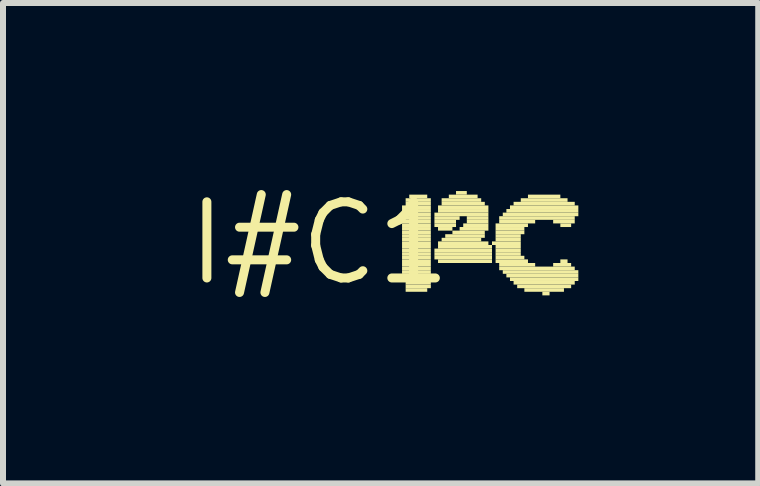
<source format=kicad_pcb>
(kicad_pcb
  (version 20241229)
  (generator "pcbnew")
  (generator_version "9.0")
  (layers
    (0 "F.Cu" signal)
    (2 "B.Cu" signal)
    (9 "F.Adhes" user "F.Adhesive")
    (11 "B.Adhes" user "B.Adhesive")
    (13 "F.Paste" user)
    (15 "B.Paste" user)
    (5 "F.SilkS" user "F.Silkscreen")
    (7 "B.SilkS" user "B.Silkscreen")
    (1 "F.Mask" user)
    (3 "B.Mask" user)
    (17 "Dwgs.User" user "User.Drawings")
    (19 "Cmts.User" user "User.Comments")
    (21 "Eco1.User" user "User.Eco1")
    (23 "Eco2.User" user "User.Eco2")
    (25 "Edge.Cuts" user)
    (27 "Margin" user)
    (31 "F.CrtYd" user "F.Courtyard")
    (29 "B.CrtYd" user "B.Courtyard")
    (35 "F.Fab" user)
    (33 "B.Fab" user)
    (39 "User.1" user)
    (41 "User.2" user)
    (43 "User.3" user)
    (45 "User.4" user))
  (footprint "I#C1"
    (layer "F.Cu")
    (at 2.275 1.006)
    (property "Reference" "I#C1" (at 0 0 0) (layer "F.SilkS") (effects (font (size 1.27 1.27) (thickness 0.15))))
    (fp_poly (pts (xy 1.38 -0.57) (xy 1.86 -0.57) (xy 1.86 -0.63) (xy 1.38 -0.63)) (stroke (width 0) (type default)) (fill yes) (layer "F.SilkS"))
    (fp_poly (pts (xy 1.38 -0.51) (xy 1.86 -0.51) (xy 1.86 -0.57) (xy 1.38 -0.57)) (stroke (width 0) (type default)) (fill yes) (layer "F.SilkS"))
    (fp_poly (pts (xy 1.38 -0.45) (xy 1.86 -0.45) (xy 1.86 -0.51) (xy 1.38 -0.51)) (stroke (width 0) (type default)) (fill yes) (layer "F.SilkS"))
    (fp_poly (pts (xy 1.38 -0.39) (xy 1.86 -0.39) (xy 1.86 -0.45) (xy 1.38 -0.45)) (stroke (width 0) (type default)) (fill yes) (layer "F.SilkS"))
    (fp_poly (pts (xy 1.38 -0.33) (xy 1.86 -0.33) (xy 1.86 -0.39) (xy 1.38 -0.39)) (stroke (width 0) (type default)) (fill yes) (layer "F.SilkS"))
    (fp_poly (pts (xy 1.38 -0.27) (xy 1.86 -0.27) (xy 1.86 -0.33) (xy 1.38 -0.33)) (stroke (width 0) (type default)) (fill yes) (layer "F.SilkS"))
    (fp_poly (pts (xy 1.38 -0.21) (xy 1.86 -0.21) (xy 1.86 -0.27) (xy 1.38 -0.27)) (stroke (width 0) (type default)) (fill yes) (layer "F.SilkS"))
    (fp_poly (pts (xy 1.38 -0.15) (xy 1.86 -0.15) (xy 1.86 -0.21) (xy 1.38 -0.21)) (stroke (width 0) (type default)) (fill yes) (layer "F.SilkS"))
    (fp_poly (pts (xy 1.38 -0.09) (xy 1.86 -0.09) (xy 1.86 -0.15) (xy 1.38 -0.15)) (stroke (width 0) (type default)) (fill yes) (layer "F.SilkS"))
    (fp_poly (pts (xy 1.38 -0.03) (xy 1.86 -0.03) (xy 1.86 -0.09) (xy 1.38 -0.09)) (stroke (width 0) (type default)) (fill yes) (layer "F.SilkS"))
    (fp_poly (pts (xy 1.38 0.03) (xy 1.86 0.03) (xy 1.86 -0.03) (xy 1.38 -0.03)) (stroke (width 0) (type default)) (fill yes) (layer "F.SilkS"))
    (fp_poly (pts (xy 1.38 0.09) (xy 1.86 0.09) (xy 1.86 0.03) (xy 1.38 0.03)) (stroke (width 0) (type default)) (fill yes) (layer "F.SilkS"))
    (fp_poly (pts (xy 1.38 0.15) (xy 1.86 0.15) (xy 1.86 0.09) (xy 1.38 0.09)) (stroke (width 0) (type default)) (fill yes) (layer "F.SilkS"))
    (fp_poly (pts (xy 1.38 0.21) (xy 1.86 0.21) (xy 1.86 0.15) (xy 1.38 0.15)) (stroke (width 0) (type default)) (fill yes) (layer "F.SilkS"))
    (fp_poly (pts (xy 1.38 0.27) (xy 1.86 0.27) (xy 1.86 0.21) (xy 1.38 0.21)) (stroke (width 0) (type default)) (fill yes) (layer "F.SilkS"))
    (fp_poly (pts (xy 1.38 0.33) (xy 1.86 0.33) (xy 1.86 0.27) (xy 1.38 0.27)) (stroke (width 0) (type default)) (fill yes) (layer "F.SilkS"))
    (fp_poly (pts (xy 1.38 0.39) (xy 1.86 0.39) (xy 1.86 0.33) (xy 1.38 0.33)) (stroke (width 0) (type default)) (fill yes) (layer "F.SilkS"))
    (fp_poly (pts (xy 1.38 0.45) (xy 1.86 0.45) (xy 1.86 0.39) (xy 1.38 0.39)) (stroke (width 0) (type default)) (fill yes) (layer "F.SilkS"))
    (fp_poly (pts (xy 1.38 0.51) (xy 1.86 0.51) (xy 1.86 0.45) (xy 1.38 0.45)) (stroke (width 0) (type default)) (fill yes) (layer "F.SilkS"))
    (fp_poly (pts (xy 1.38 0.57) (xy 1.86 0.57) (xy 1.86 0.51) (xy 1.38 0.51)) (stroke (width 0) (type default)) (fill yes) (layer "F.SilkS"))
    (fp_poly (pts (xy 1.38 0.63) (xy 1.86 0.63) (xy 1.86 0.57) (xy 1.38 0.57)) (stroke (width 0) (type default)) (fill yes) (layer "F.SilkS"))
    (fp_poly (pts (xy 1.44 -0.69) (xy 1.86 -0.69) (xy 1.86 -0.75) (xy 1.44 -0.75)) (stroke (width 0) (type default)) (fill yes) (layer "F.SilkS"))
    (fp_poly (pts (xy 1.44 -0.63) (xy 1.86 -0.63) (xy 1.86 -0.69) (xy 1.44 -0.69)) (stroke (width 0) (type default)) (fill yes) (layer "F.SilkS"))
    (fp_poly (pts (xy 1.44 0.69) (xy 1.86 0.69) (xy 1.86 0.63) (xy 1.44 0.63)) (stroke (width 0) (type default)) (fill yes) (layer "F.SilkS"))
    (fp_poly (pts (xy 1.44 0.75) (xy 1.86 0.75) (xy 1.86 0.69) (xy 1.44 0.69)) (stroke (width 0) (type default)) (fill yes) (layer "F.SilkS"))
    (fp_poly (pts (xy 1.44 0.81) (xy 1.8 0.81) (xy 1.8 0.75) (xy 1.44 0.75)) (stroke (width 0) (type default)) (fill yes) (layer "F.SilkS"))
    (fp_poly (pts (xy 1.5 -0.75) (xy 1.8 -0.75) (xy 1.8 -0.81) (xy 1.5 -0.81)) (stroke (width 0) (type default)) (fill yes) (layer "F.SilkS"))
    (fp_poly (pts (xy 1.92 -0.45) (xy 2.82 -0.45) (xy 2.82 -0.51) (xy 1.92 -0.51)) (stroke (width 0) (type default)) (fill yes) (layer "F.SilkS"))
    (fp_poly (pts (xy 1.92 -0.39) (xy 2.34 -0.39) (xy 2.34 -0.45) (xy 1.92 -0.45)) (stroke (width 0) (type default)) (fill yes) (layer "F.SilkS"))
    (fp_poly (pts (xy 1.92 -0.33) (xy 2.28 -0.33) (xy 2.28 -0.39) (xy 1.92 -0.39)) (stroke (width 0) (type default)) (fill yes) (layer "F.SilkS"))
    (fp_poly (pts (xy 1.92 -0.27) (xy 2.28 -0.27) (xy 2.28 -0.33) (xy 1.92 -0.33)) (stroke (width 0) (type default)) (fill yes) (layer "F.SilkS"))
    (fp_poly (pts (xy 1.92 0.15) (xy 2.88 0.15) (xy 2.88 0.09) (xy 1.92 0.09)) (stroke (width 0) (type default)) (fill yes) (layer "F.SilkS"))
    (fp_poly (pts (xy 1.92 0.21) (xy 2.88 0.21) (xy 2.88 0.15) (xy 1.92 0.15)) (stroke (width 0) (type default)) (fill yes) (layer "F.SilkS"))
    (fp_poly (pts (xy 1.92 0.27) (xy 2.88 0.27) (xy 2.88 0.21) (xy 1.92 0.21)) (stroke (width 0) (type default)) (fill yes) (layer "F.SilkS"))
    (fp_poly (pts (xy 1.98 -0.57) (xy 2.82 -0.57) (xy 2.82 -0.63) (xy 1.98 -0.63)) (stroke (width 0) (type default)) (fill yes) (layer "F.SilkS"))
    (fp_poly (pts (xy 1.98 -0.51) (xy 2.82 -0.51) (xy 2.82 -0.57) (xy 1.98 -0.57)) (stroke (width 0) (type default)) (fill yes) (layer "F.SilkS"))
    (fp_poly (pts (xy 1.98 -0.21) (xy 2.22 -0.21) (xy 2.22 -0.27) (xy 1.98 -0.27)) (stroke (width 0) (type default)) (fill yes) (layer "F.SilkS"))
    (fp_poly (pts (xy 1.98 0.03) (xy 2.82 0.03) (xy 2.82 -0.03) (xy 1.98 -0.03)) (stroke (width 0) (type default)) (fill yes) (layer "F.SilkS"))
    (fp_poly (pts (xy 1.98 0.09) (xy 2.88 0.09) (xy 2.88 0.03) (xy 1.98 0.03)) (stroke (width 0) (type default)) (fill yes) (layer "F.SilkS"))
    (fp_poly (pts (xy 1.98 0.33) (xy 2.88 0.33) (xy 2.88 0.27) (xy 1.98 0.27)) (stroke (width 0) (type default)) (fill yes) (layer "F.SilkS"))
    (fp_poly (pts (xy 2.04 -0.69) (xy 2.7 -0.69) (xy 2.7 -0.75) (xy 2.04 -0.75)) (stroke (width 0) (type default)) (fill yes) (layer "F.SilkS"))
    (fp_poly (pts (xy 2.04 -0.63) (xy 2.76 -0.63) (xy 2.76 -0.69) (xy 2.04 -0.69)) (stroke (width 0) (type default)) (fill yes) (layer "F.SilkS"))
    (fp_poly (pts (xy 2.04 -0.03) (xy 2.7 -0.03) (xy 2.7 -0.09) (xy 2.04 -0.09)) (stroke (width 0) (type default)) (fill yes) (layer "F.SilkS"))
    (fp_poly (pts (xy 2.1 -0.09) (xy 2.76 -0.09) (xy 2.76 -0.15) (xy 2.1 -0.15)) (stroke (width 0) (type default)) (fill yes) (layer "F.SilkS"))
    (fp_poly (pts (xy 2.16 -0.75) (xy 2.64 -0.75) (xy 2.64 -0.81) (xy 2.16 -0.81)) (stroke (width 0) (type default)) (fill yes) (layer "F.SilkS"))
    (fp_poly (pts (xy 2.22 -0.15) (xy 2.76 -0.15) (xy 2.76 -0.21) (xy 2.22 -0.21)) (stroke (width 0) (type default)) (fill yes) (layer "F.SilkS"))
    (fp_poly (pts (xy 2.28 -0.81) (xy 2.46 -0.81) (xy 2.46 -0.87) (xy 2.28 -0.87)) (stroke (width 0) (type default)) (fill yes) (layer "F.SilkS"))
    (fp_poly (pts (xy 2.34 -0.21) (xy 2.82 -0.21) (xy 2.82 -0.27) (xy 2.34 -0.27)) (stroke (width 0) (type default)) (fill yes) (layer "F.SilkS"))
    (fp_poly (pts (xy 2.4 -0.27) (xy 2.82 -0.27) (xy 2.82 -0.33) (xy 2.4 -0.33)) (stroke (width 0) (type default)) (fill yes) (layer "F.SilkS"))
    (fp_poly (pts (xy 2.46 -0.39) (xy 2.82 -0.39) (xy 2.82 -0.45) (xy 2.46 -0.45)) (stroke (width 0) (type default)) (fill yes) (layer "F.SilkS"))
    (fp_poly (pts (xy 2.46 -0.33) (xy 2.82 -0.33) (xy 2.82 -0.39) (xy 2.46 -0.39)) (stroke (width 0) (type default)) (fill yes) (layer "F.SilkS"))
    (fp_poly (pts (xy 2.88 0.03) (xy 3.36 0.03) (xy 3.36 -0.03) (xy 2.88 -0.03)) (stroke (width 0) (type default)) (fill yes) (layer "F.SilkS"))
    (fp_poly (pts (xy 2.94 -0.27) (xy 3.48 -0.27) (xy 3.48 -0.33) (xy 2.94 -0.33)) (stroke (width 0) (type default)) (fill yes) (layer "F.SilkS"))
    (fp_poly (pts (xy 2.94 -0.21) (xy 3.42 -0.21) (xy 3.42 -0.27) (xy 2.94 -0.27)) (stroke (width 0) (type default)) (fill yes) (layer "F.SilkS"))
    (fp_poly (pts (xy 2.94 -0.15) (xy 3.42 -0.15) (xy 3.42 -0.21) (xy 2.94 -0.21)) (stroke (width 0) (type default)) (fill yes) (layer "F.SilkS"))
    (fp_poly (pts (xy 2.94 -0.09) (xy 3.36 -0.09) (xy 3.36 -0.15) (xy 2.94 -0.15)) (stroke (width 0) (type default)) (fill yes) (layer "F.SilkS"))
    (fp_poly (pts (xy 2.94 -0.03) (xy 3.36 -0.03) (xy 3.36 -0.09) (xy 2.94 -0.09)) (stroke (width 0) (type default)) (fill yes) (layer "F.SilkS"))
    (fp_poly (pts (xy 2.94 0.09) (xy 3.36 0.09) (xy 3.36 0.03) (xy 2.94 0.03)) (stroke (width 0) (type default)) (fill yes) (layer "F.SilkS"))
    (fp_poly (pts (xy 2.94 0.15) (xy 3.36 0.15) (xy 3.36 0.09) (xy 2.94 0.09)) (stroke (width 0) (type default)) (fill yes) (layer "F.SilkS"))
    (fp_poly (pts (xy 2.94 0.21) (xy 3.36 0.21) (xy 3.36 0.15) (xy 2.94 0.15)) (stroke (width 0) (type default)) (fill yes) (layer "F.SilkS"))
    (fp_poly (pts (xy 2.94 0.27) (xy 3.42 0.27) (xy 3.42 0.21) (xy 2.94 0.21)) (stroke (width 0) (type default)) (fill yes) (layer "F.SilkS"))
    (fp_poly (pts (xy 2.94 0.33) (xy 3.48 0.33) (xy 3.48 0.27) (xy 2.94 0.27)) (stroke (width 0) (type default)) (fill yes) (layer "F.SilkS"))
    (fp_poly (pts (xy 3 -0.39) (xy 4.26 -0.39) (xy 4.26 -0.45) (xy 3 -0.45)) (stroke (width 0) (type default)) (fill yes) (layer "F.SilkS"))
    (fp_poly (pts (xy 3 -0.33) (xy 3.6 -0.33) (xy 3.6 -0.39) (xy 3 -0.39)) (stroke (width 0) (type default)) (fill yes) (layer "F.SilkS"))
    (fp_poly (pts (xy 3 0.39) (xy 3.6 0.39) (xy 3.6 0.33) (xy 3 0.33)) (stroke (width 0) (type default)) (fill yes) (layer "F.SilkS"))
    (fp_poly (pts (xy 3 0.45) (xy 4.26 0.45) (xy 4.26 0.39) (xy 3 0.39)) (stroke (width 0) (type default)) (fill yes) (layer "F.SilkS"))
    (fp_poly (pts (xy 3.06 -0.45) (xy 4.32 -0.45) (xy 4.32 -0.51) (xy 3.06 -0.51)) (stroke (width 0) (type default)) (fill yes) (layer "F.SilkS"))
    (fp_poly (pts (xy 3.06 0.51) (xy 4.32 0.51) (xy 4.32 0.45) (xy 3.06 0.45)) (stroke (width 0) (type default)) (fill yes) (layer "F.SilkS"))
    (fp_poly (pts (xy 3.12 -0.51) (xy 4.32 -0.51) (xy 4.32 -0.57) (xy 3.12 -0.57)) (stroke (width 0) (type default)) (fill yes) (layer "F.SilkS"))
    (fp_poly (pts (xy 3.12 0.57) (xy 4.32 0.57) (xy 4.32 0.51) (xy 3.12 0.51)) (stroke (width 0) (type default)) (fill yes) (layer "F.SilkS"))
    (fp_poly (pts (xy 3.18 -0.57) (xy 4.32 -0.57) (xy 4.32 -0.63) (xy 3.18 -0.63)) (stroke (width 0) (type default)) (fill yes) (layer "F.SilkS"))
    (fp_poly (pts (xy 3.18 0.63) (xy 4.32 0.63) (xy 4.32 0.57) (xy 3.18 0.57)) (stroke (width 0) (type default)) (fill yes) (layer "F.SilkS"))
    (fp_poly (pts (xy 3.24 -0.63) (xy 4.26 -0.63) (xy 4.26 -0.69) (xy 3.24 -0.69)) (stroke (width 0) (type default)) (fill yes) (layer "F.SilkS"))
    (fp_poly (pts (xy 3.24 0.69) (xy 4.26 0.69) (xy 4.26 0.63) (xy 3.24 0.63)) (stroke (width 0) (type default)) (fill yes) (layer "F.SilkS"))
    (fp_poly (pts (xy 3.3 0.75) (xy 4.2 0.75) (xy 4.2 0.69) (xy 3.3 0.69)) (stroke (width 0) (type default)) (fill yes) (layer "F.SilkS"))
    (fp_poly (pts (xy 3.36 -0.69) (xy 4.14 -0.69) (xy 4.14 -0.75) (xy 3.36 -0.75)) (stroke (width 0) (type default)) (fill yes) (layer "F.SilkS"))
    (fp_poly (pts (xy 3.42 0.81) (xy 4.08 0.81) (xy 4.08 0.75) (xy 3.42 0.75)) (stroke (width 0) (type default)) (fill yes) (layer "F.SilkS"))
    (fp_poly (pts (xy 3.48 -0.75) (xy 4.02 -0.75) (xy 4.02 -0.81) (xy 3.48 -0.81)) (stroke (width 0) (type default)) (fill yes) (layer "F.SilkS"))
    (fp_poly (pts (xy 3.72 0.87) (xy 3.84 0.87) (xy 3.84 0.81) (xy 3.72 0.81)) (stroke (width 0) (type default)) (fill yes) (layer "F.SilkS"))
    (fp_poly (pts (xy 3.9 -0.33) (xy 4.26 -0.33) (xy 4.26 -0.39) (xy 3.9 -0.39)) (stroke (width 0) (type default)) (fill yes) (layer "F.SilkS"))
    (fp_poly (pts (xy 3.9 0.39) (xy 4.2 0.39) (xy 4.2 0.33) (xy 3.9 0.33)) (stroke (width 0) (type default)) (fill yes) (layer "F.SilkS"))
    (fp_poly (pts (xy 4.02 -0.27) (xy 4.2 -0.27) (xy 4.2 -0.33) (xy 4.02 -0.33)) (stroke (width 0) (type default)) (fill yes) (layer "F.SilkS"))
    (fp_poly (pts (xy 4.02 0.33) (xy 4.14 0.33) (xy 4.14 0.27) (xy 4.02 0.27)) (stroke (width 0) (type default)) (fill yes) (layer "F.SilkS")))
  (gr_rect
    (start -3 -3)
    (end 9.595 5.012)
    (stroke (width 0.1) (type default))
    (fill no)
    (layer "Edge.Cuts")))
</source>
